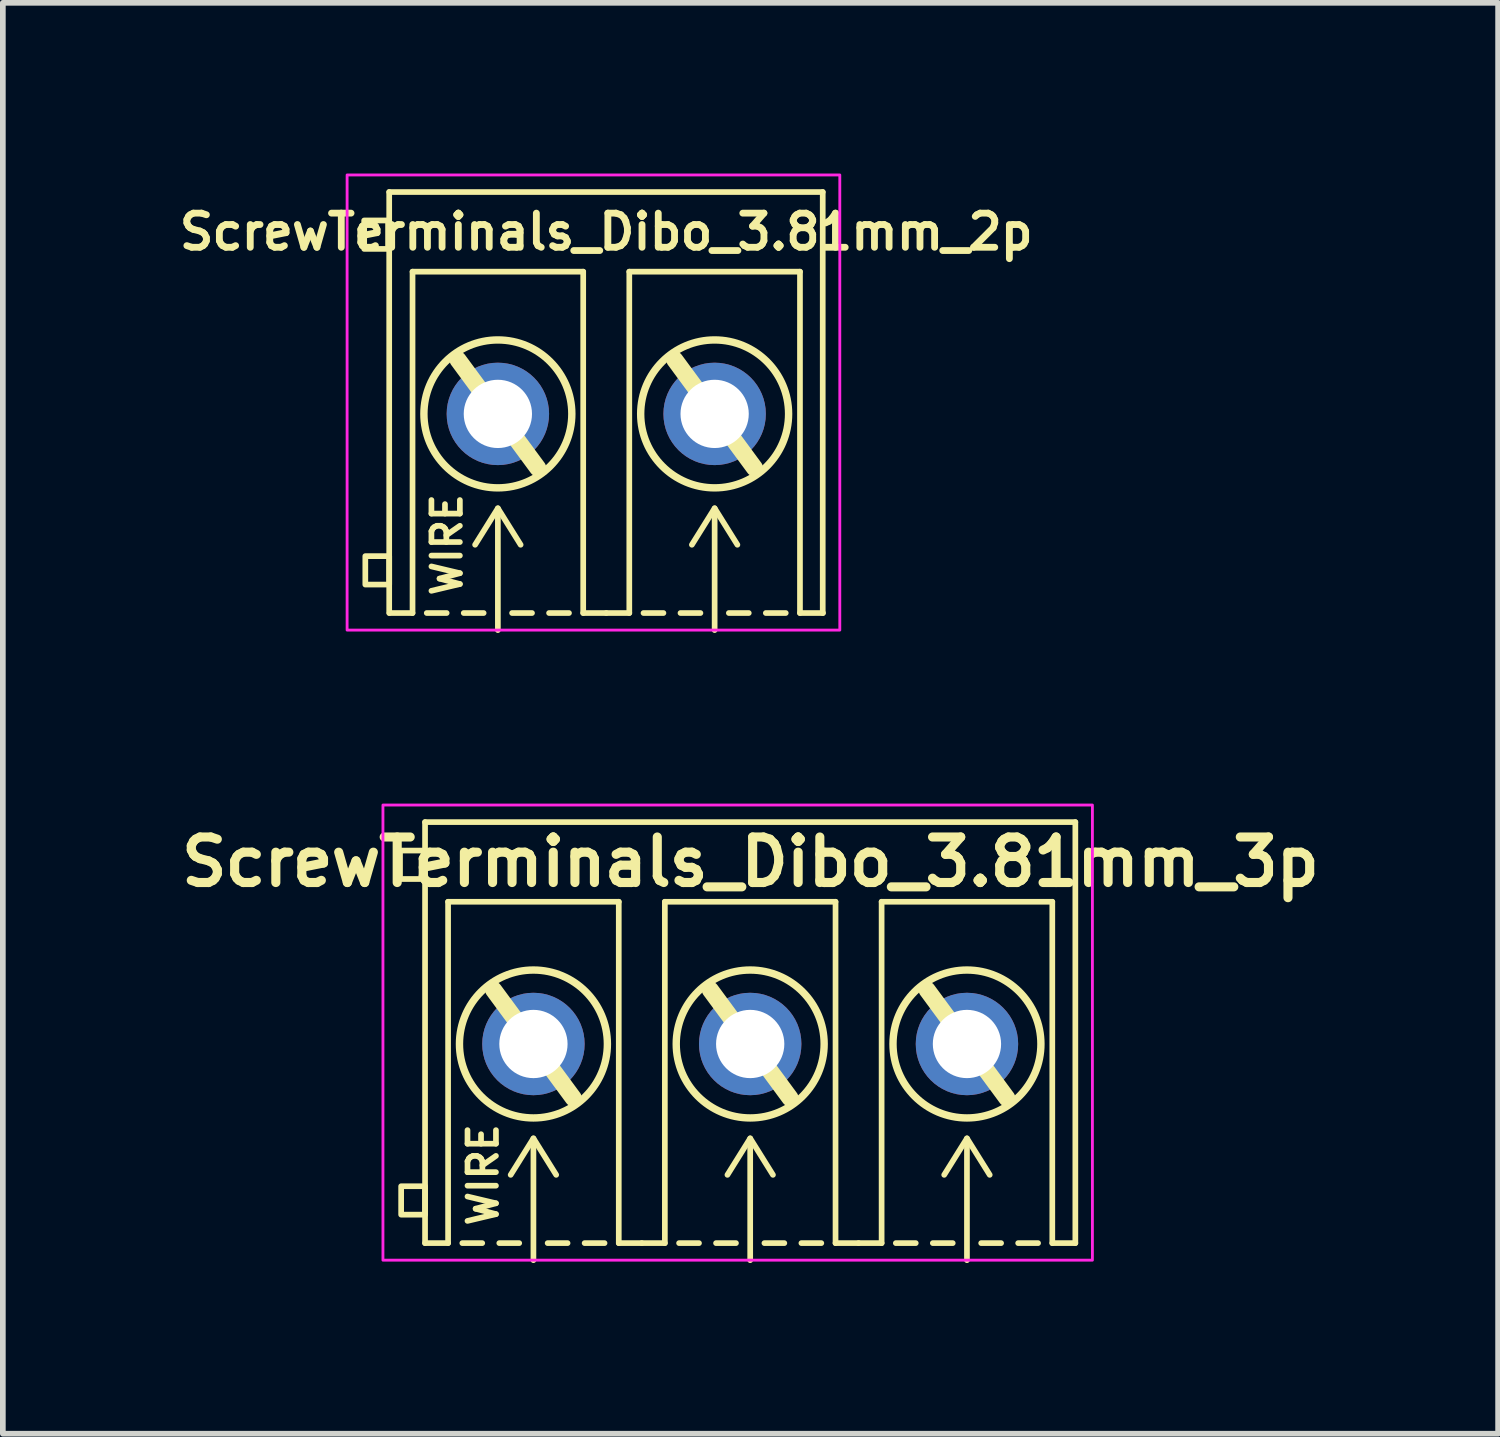
<source format=kicad_pcb>
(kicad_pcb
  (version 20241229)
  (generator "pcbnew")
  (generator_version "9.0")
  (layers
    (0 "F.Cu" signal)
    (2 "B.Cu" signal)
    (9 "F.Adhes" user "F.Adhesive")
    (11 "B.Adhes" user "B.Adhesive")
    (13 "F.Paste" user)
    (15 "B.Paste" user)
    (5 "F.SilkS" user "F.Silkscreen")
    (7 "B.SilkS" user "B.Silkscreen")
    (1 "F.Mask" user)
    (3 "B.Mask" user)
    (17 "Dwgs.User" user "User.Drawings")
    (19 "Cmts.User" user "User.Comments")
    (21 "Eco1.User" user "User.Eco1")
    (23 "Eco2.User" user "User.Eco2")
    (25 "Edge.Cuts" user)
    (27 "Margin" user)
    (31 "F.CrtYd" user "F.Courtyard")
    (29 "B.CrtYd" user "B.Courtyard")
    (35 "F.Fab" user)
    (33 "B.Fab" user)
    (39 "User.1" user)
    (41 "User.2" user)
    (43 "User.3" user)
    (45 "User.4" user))
  (footprint "ScrewTerminals_Dibo_3.81mm_3p"
    (layer "F.Cu")
    (at 10.136 15.3)
    (property "Reference" "ScrewTerminals_Dibo_3.81mm_3p" (at 0.005 -3.2 0) (unlocked yes) (layer "F.SilkS") (effects (font (size 0.8 0.8) (thickness 0.16) (bold yes))))
    (attr through_hole)
    (fp_line (start -5.715 -3.9) (end 5.715 -3.9) (stroke (width 0.1) (type default)) (layer "F.SilkS"))
    (fp_line (start -5.715 3.5) (end -5.715 -3.9) (stroke (width 0.1) (type default)) (layer "F.SilkS"))
    (fp_line (start -5.715 3.5) (end -5.31 3.5) (stroke (width 0.1) (type default)) (layer "F.SilkS"))
    (fp_line (start -5.31 -2.5) (end -2.31 -2.5) (stroke (width 0.1) (type solid)) (layer "F.SilkS"))
    (fp_line (start -5.31 3.5) (end -5.31 -2.5) (stroke (width 0.1) (type solid)) (layer "F.SilkS"))
    (fp_line (start -4.71 3.5) (end -5.06 3.5) (stroke (width 0.1) (type default)) (layer "F.SilkS"))
    (fp_line (start -4.51 -0.95) (end -3.11 0.95) (stroke (width 0.3) (type default)) (layer "F.SilkS"))
    (fp_line (start -4.06 3.5) (end -4.41 3.5) (stroke (width 0.1) (type default)) (layer "F.SilkS"))
    (fp_line (start -3.81 1.659) (end -4.21 2.3) (stroke (width 0.1) (type default)) (layer "F.SilkS"))
    (fp_line (start -3.81 1.659) (end -3.41 2.3) (stroke (width 0.1) (type default)) (layer "F.SilkS"))
    (fp_line (start -3.81 3.8) (end -3.81 1.679) (stroke (width 0.1) (type default)) (layer "F.SilkS"))
    (fp_line (start -3.56 3.5) (end -3.21 3.5) (stroke (width 0.1) (type default)) (layer "F.SilkS"))
    (fp_line (start -2.91 3.5) (end -2.56 3.5) (stroke (width 0.1) (type default)) (layer "F.SilkS"))
    (fp_line (start -2.31 -2.5) (end -2.31 3.5) (stroke (width 0.1) (type solid)) (layer "F.SilkS"))
    (fp_line (start -2.31 3.5) (end -1.905 3.5) (stroke (width 0.1) (type default)) (layer "F.SilkS"))
    (fp_line (start -1.905 3.5) (end -1.5 3.5) (stroke (width 0.1) (type default)) (layer "F.SilkS"))
    (fp_line (start -1.5 -2.5) (end 1.5 -2.5) (stroke (width 0.1) (type solid)) (layer "F.SilkS"))
    (fp_line (start -1.5 3.5) (end -1.5 -2.5) (stroke (width 0.1) (type solid)) (layer "F.SilkS"))
    (fp_line (start -0.9 3.5) (end -1.25 3.5) (stroke (width 0.1) (type default)) (layer "F.SilkS"))
    (fp_line (start -0.7 -0.95) (end 0.7 0.95) (stroke (width 0.3) (type default)) (layer "F.SilkS"))
    (fp_line (start -0.25 3.5) (end -0.6 3.5) (stroke (width 0.1) (type default)) (layer "F.SilkS"))
    (fp_line (start 0 1.659) (end -0.4 2.3) (stroke (width 0.1) (type default)) (layer "F.SilkS"))
    (fp_line (start 0 1.659) (end 0.4 2.3) (stroke (width 0.1) (type default)) (layer "F.SilkS"))
    (fp_line (start 0 3.8) (end 0 1.679) (stroke (width 0.1) (type default)) (layer "F.SilkS"))
    (fp_line (start 0.25 3.5) (end 0.6 3.5) (stroke (width 0.1) (type default)) (layer "F.SilkS"))
    (fp_line (start 0.9 3.5) (end 1.25 3.5) (stroke (width 0.1) (type default)) (layer "F.SilkS"))
    (fp_line (start 1.5 -2.5) (end 1.5 3.5) (stroke (width 0.1) (type solid)) (layer "F.SilkS"))
    (fp_line (start 1.5 3.5) (end 1.905 3.5) (stroke (width 0.1) (type default)) (layer "F.SilkS"))
    (fp_line (start 1.905 3.5) (end 2.31 3.5) (stroke (width 0.1) (type default)) (layer "F.SilkS"))
    (fp_line (start 2.31 -2.5) (end 5.31 -2.5) (stroke (width 0.1) (type solid)) (layer "F.SilkS"))
    (fp_line (start 2.31 3.5) (end 2.31 -2.5) (stroke (width 0.1) (type solid)) (layer "F.SilkS"))
    (fp_line (start 2.91 3.5) (end 2.56 3.5) (stroke (width 0.1) (type default)) (layer "F.SilkS"))
    (fp_line (start 3.11 -0.95) (end 4.51 0.95) (stroke (width 0.3) (type default)) (layer "F.SilkS"))
    (fp_line (start 3.56 3.5) (end 3.21 3.5) (stroke (width 0.1) (type default)) (layer "F.SilkS"))
    (fp_line (start 3.81 1.659) (end 3.41 2.3) (stroke (width 0.1) (type default)) (layer "F.SilkS"))
    (fp_line (start 3.81 1.659) (end 4.21 2.3) (stroke (width 0.1) (type default)) (layer "F.SilkS"))
    (fp_line (start 3.81 3.8) (end 3.81 1.679) (stroke (width 0.1) (type default)) (layer "F.SilkS"))
    (fp_line (start 4.06 3.5) (end 4.41 3.5) (stroke (width 0.1) (type default)) (layer "F.SilkS"))
    (fp_line (start 4.71 3.5) (end 5.06 3.5) (stroke (width 0.1) (type default)) (layer "F.SilkS"))
    (fp_line (start 5.31 -2.5) (end 5.31 3.5) (stroke (width 0.1) (type solid)) (layer "F.SilkS"))
    (fp_line (start 5.31 3.5) (end 5.715 3.5) (stroke (width 0.1) (type default)) (layer "F.SilkS"))
    (fp_line (start 5.715 3.5) (end 5.715 -3.9) (stroke (width 0.1) (type default)) (layer "F.SilkS"))
    (fp_rect (start -6.155 -2.9) (end -5.735 -3.4) (stroke (width 0.1) (type default)) (fill no) (layer "F.SilkS"))
    (fp_rect (start -6.135 3) (end -5.715 2.5) (stroke (width 0.1) (type default)) (fill no) (layer "F.SilkS"))
    (fp_circle (center -3.81 0) (end -2.51 0) (stroke (width 0.13) (type default)) (fill no) (layer "F.SilkS"))
    (fp_circle (center 0 0) (end 1.3 0) (stroke (width 0.13) (type default)) (fill no) (layer "F.SilkS"))
    (fp_circle (center 3.81 0) (end 5.11 0) (stroke (width 0.13) (type default)) (fill no) (layer "F.SilkS"))
    (fp_rect (start -6.455 -4.2) (end 6.015 3.8) (stroke (width 0.05) (type default)) (fill no) (layer "F.CrtYd"))
    (fp_text user "WIRE" (at -4.695 2.3 90) (unlocked yes) (layer "F.SilkS") (effects (font (size 0.5 0.5) (thickness 0.1) (bold yes))))
    (pad "1" thru_hole circle (at -3.81 0) (size 1.8 1.8) (drill 1.2) (layers "*.Cu" "*.Mask"))
    (pad "2" thru_hole circle (at 0 0 180) (size 1.8 1.8) (drill 1.2) (layers "*.Cu" "*.Mask"))
    (pad "3" thru_hole circle (at 3.81 0 180) (size 1.8 1.8) (drill 1.2) (layers "*.Cu" "*.Mask")))
  (footprint "ScrewTerminals_Dibo_3.81mm_2p"
    (layer "F.Cu")
    (at 7.601 4.225)
    (property "Reference" "ScrewTerminals_Dibo_3.81mm_2p" (at 0.005 -3.2 0) (unlocked yes) (layer "F.SilkS") (effects (font (size 0.6 0.6) (thickness 0.12) (bold yes))))
    (attr through_hole)
    (fp_line (start -3.81 -3.9) (end 3.81 -3.9) (stroke (width 0.1) (type default)) (layer "F.SilkS"))
    (fp_line (start -3.81 3.5) (end -3.81 -3.9) (stroke (width 0.1) (type default)) (layer "F.SilkS"))
    (fp_line (start -3.805 3.5) (end -3.4 3.5) (stroke (width 0.1) (type default)) (layer "F.SilkS"))
    (fp_line (start -3.4 -2.5) (end -0.4 -2.5) (stroke (width 0.1) (type solid)) (layer "F.SilkS"))
    (fp_line (start -3.4 3.5) (end -3.4 -2.5) (stroke (width 0.1) (type solid)) (layer "F.SilkS"))
    (fp_line (start -2.8 3.5) (end -3.15 3.5) (stroke (width 0.1) (type default)) (layer "F.SilkS"))
    (fp_line (start -2.6 -0.95) (end -1.2 0.95) (stroke (width 0.3) (type default)) (layer "F.SilkS"))
    (fp_line (start -2.15 3.5) (end -2.5 3.5) (stroke (width 0.1) (type default)) (layer "F.SilkS"))
    (fp_line (start -1.9 1.659) (end -2.3 2.3) (stroke (width 0.1) (type default)) (layer "F.SilkS"))
    (fp_line (start -1.9 1.659) (end -1.5 2.3) (stroke (width 0.1) (type default)) (layer "F.SilkS"))
    (fp_line (start -1.9 3.8) (end -1.9 1.679) (stroke (width 0.1) (type default)) (layer "F.SilkS"))
    (fp_line (start -1.65 3.5) (end -1.3 3.5) (stroke (width 0.1) (type default)) (layer "F.SilkS"))
    (fp_line (start -1 3.5) (end -0.65 3.5) (stroke (width 0.1) (type default)) (layer "F.SilkS"))
    (fp_line (start -0.4 -2.5) (end -0.4 3.5) (stroke (width 0.1) (type solid)) (layer "F.SilkS"))
    (fp_line (start -0.4 3.5) (end 0.005 3.5) (stroke (width 0.1) (type default)) (layer "F.SilkS"))
    (fp_line (start 0.005 3.5) (end 0.41 3.5) (stroke (width 0.1) (type default)) (layer "F.SilkS"))
    (fp_line (start 0.41 -2.5) (end 3.41 -2.5) (stroke (width 0.1) (type solid)) (layer "F.SilkS"))
    (fp_line (start 0.41 3.5) (end 0.41 -2.5) (stroke (width 0.1) (type solid)) (layer "F.SilkS"))
    (fp_line (start 1.01 3.5) (end 0.66 3.5) (stroke (width 0.1) (type default)) (layer "F.SilkS"))
    (fp_line (start 1.21 -0.95) (end 2.61 0.95) (stroke (width 0.3) (type default)) (layer "F.SilkS"))
    (fp_line (start 1.66 3.5) (end 1.31 3.5) (stroke (width 0.1) (type default)) (layer "F.SilkS"))
    (fp_line (start 1.91 1.659) (end 1.51 2.3) (stroke (width 0.1) (type default)) (layer "F.SilkS"))
    (fp_line (start 1.91 1.659) (end 2.31 2.3) (stroke (width 0.1) (type default)) (layer "F.SilkS"))
    (fp_line (start 1.91 3.8) (end 1.91 1.679) (stroke (width 0.1) (type default)) (layer "F.SilkS"))
    (fp_line (start 2.16 3.5) (end 2.51 3.5) (stroke (width 0.1) (type default)) (layer "F.SilkS"))
    (fp_line (start 2.81 3.5) (end 3.16 3.5) (stroke (width 0.1) (type default)) (layer "F.SilkS"))
    (fp_line (start 3.41 -2.5) (end 3.41 3.5) (stroke (width 0.1) (type solid)) (layer "F.SilkS"))
    (fp_line (start 3.41 3.5) (end 3.815 3.5) (stroke (width 0.1) (type default)) (layer "F.SilkS"))
    (fp_line (start 3.81 3.5) (end 3.81 -3.9) (stroke (width 0.1) (type default)) (layer "F.SilkS"))
    (fp_rect (start -4.25 -2.9) (end -3.83 -3.4) (stroke (width 0.1) (type default)) (fill no) (layer "F.SilkS"))
    (fp_rect (start -4.23 3) (end -3.81 2.5) (stroke (width 0.1) (type default)) (fill no) (layer "F.SilkS"))
    (fp_circle (center -1.9 0) (end -0.6 0) (stroke (width 0.13) (type default)) (fill no) (layer "F.SilkS"))
    (fp_circle (center 1.91 0) (end 3.21 0) (stroke (width 0.13) (type default)) (fill no) (layer "F.SilkS"))
    (fp_rect (start -4.55 -4.2) (end 4.11 3.8) (stroke (width 0.05) (type default)) (fill no) (layer "F.CrtYd"))
    (fp_text user "WIRE" (at -2.794 2.3 90) (unlocked yes) (layer "F.SilkS") (effects (font (size 0.5 0.5) (thickness 0.1) (bold yes))))
    (pad "1" thru_hole circle (at -1.9 0 180) (size 1.8 1.8) (drill 1.2) (layers "*.Cu" "*.Mask"))
    (pad "2" thru_hole circle (at 1.91 0 180) (size 1.8 1.8) (drill 1.2) (layers "*.Cu" "*.Mask")))
  (gr_rect
    (start -3 -3)
    (end 23.282 22.15)
    (stroke (width 0.1) (type default))
    (fill no)
    (layer "Edge.Cuts")))
</source>
